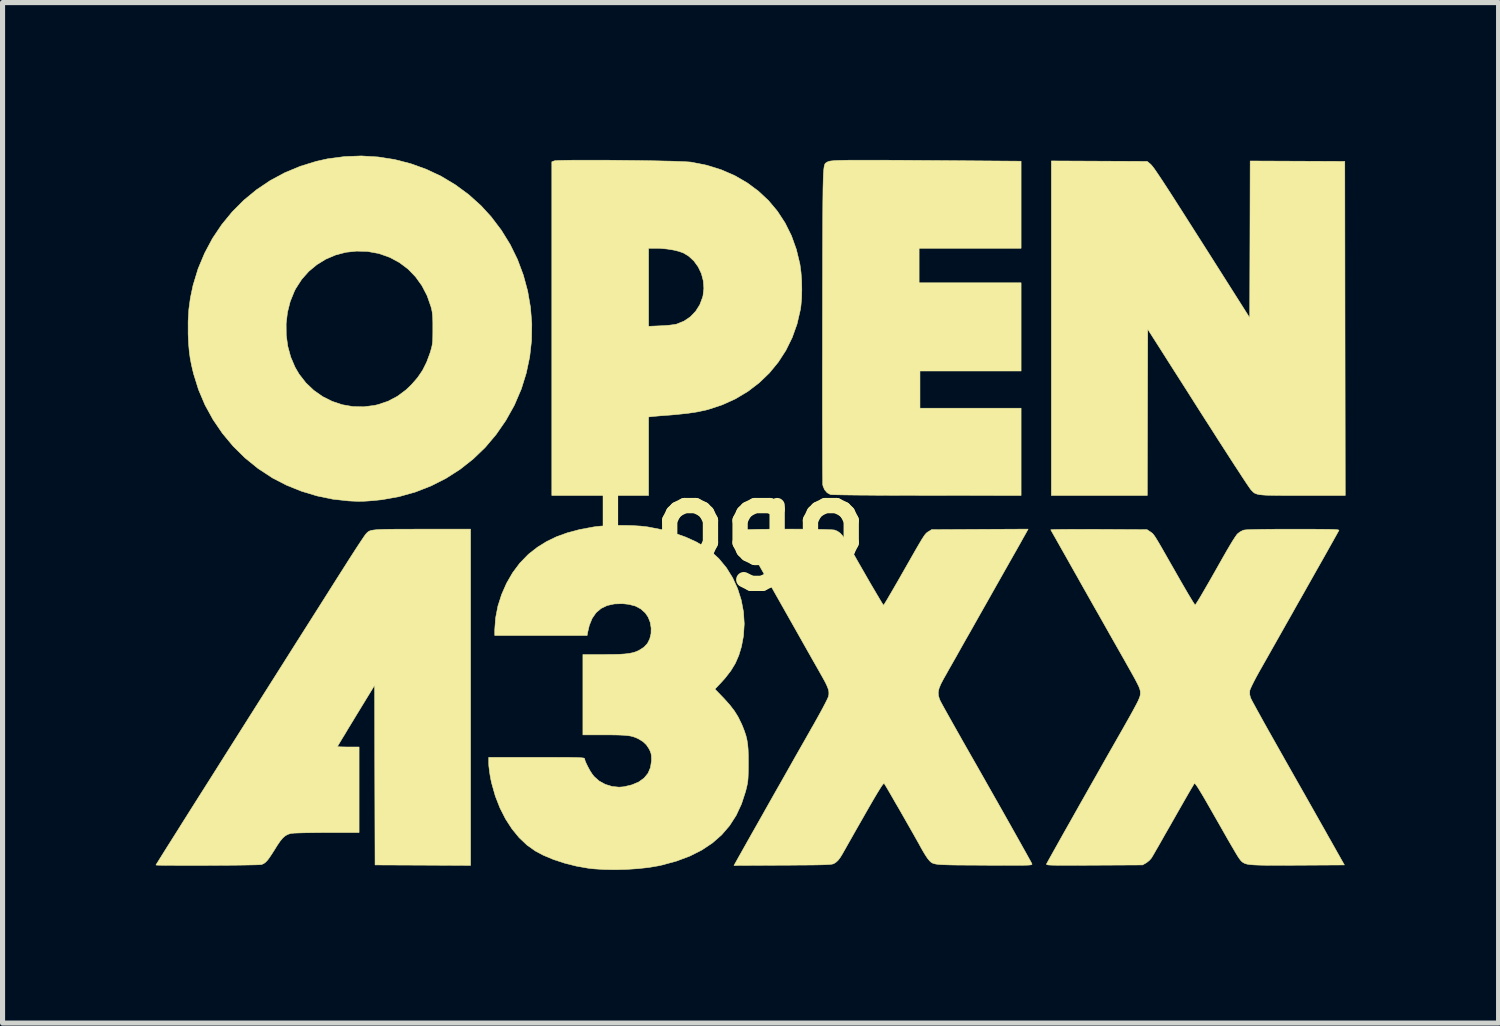
<source format=kicad_pcb>
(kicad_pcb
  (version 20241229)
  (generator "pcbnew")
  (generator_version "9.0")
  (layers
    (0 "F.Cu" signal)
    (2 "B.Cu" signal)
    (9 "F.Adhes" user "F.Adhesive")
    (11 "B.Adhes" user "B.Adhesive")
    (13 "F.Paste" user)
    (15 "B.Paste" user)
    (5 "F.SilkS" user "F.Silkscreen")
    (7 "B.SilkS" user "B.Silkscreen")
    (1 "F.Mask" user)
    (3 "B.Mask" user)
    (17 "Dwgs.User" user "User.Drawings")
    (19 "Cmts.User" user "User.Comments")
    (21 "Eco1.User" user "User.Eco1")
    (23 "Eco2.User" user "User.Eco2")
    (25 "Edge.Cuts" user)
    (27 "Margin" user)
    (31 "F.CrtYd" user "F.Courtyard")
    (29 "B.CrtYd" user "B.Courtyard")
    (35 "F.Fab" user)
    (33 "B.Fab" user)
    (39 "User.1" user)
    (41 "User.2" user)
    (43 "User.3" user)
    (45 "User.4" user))
  (footprint "Logo"
    (layer "F.Cu")
    (at 11.232 7.182)
    (property "Reference" "Logo" (at 0 0 0) (layer "F.SilkS") (effects (font (size 1.524 1.524) (thickness 0.3))))
    (attr through_hole)
    (fp_poly (pts (xy 8.193 -7.07) (xy 8.255 -7.019) (xy 8.267 -7.008) (xy 8.282 -6.991) (xy 8.301 -6.968) (xy 8.325 -6.937) (xy 8.354 -6.896) (xy 8.389 -6.845) (xy 8.432 -6.781) (xy 8.484 -6.703) (xy 8.544 -6.611) (xy 8.615 -6.502) (xy 8.697 -6.375) (xy 8.79 -6.229) (xy 8.897 -6.062) (xy 9.017 -5.873) (xy 9.152 -5.661) (xy 9.303 -5.424) (xy 9.47 -5.161) (xy 9.607 -4.945) (xy 10.202 -4.006) (xy 10.207 -5.542) (xy 10.211 -7.078) (xy 11.138 -7.074) (xy 12.065 -7.07) (xy 12.069 -3.797) (xy 12.074 -0.525) (xy 11.235 -0.525) (xy 11.037 -0.525) (xy 10.87 -0.525) (xy 10.732 -0.526) (xy 10.618 -0.528) (xy 10.526 -0.53) (xy 10.453 -0.535) (xy 10.396 -0.541) (xy 10.353 -0.55) (xy 10.319 -0.561) (xy 10.293 -0.574) (xy 10.271 -0.591) (xy 10.25 -0.612) (xy 10.227 -0.636) (xy 10.226 -0.637) (xy 10.209 -0.661) (xy 10.174 -0.711) (xy 10.124 -0.785) (xy 10.06 -0.882) (xy 9.984 -0.999) (xy 9.895 -1.135) (xy 9.797 -1.287) (xy 9.69 -1.453) (xy 9.575 -1.631) (xy 9.455 -1.82) (xy 9.329 -2.016) (xy 9.27 -2.108) (xy 9.142 -2.309) (xy 9.018 -2.505) (xy 8.899 -2.692) (xy 8.786 -2.869) (xy 8.681 -3.033) (xy 8.586 -3.183) (xy 8.501 -3.317) (xy 8.428 -3.431) (xy 8.369 -3.524) (xy 8.324 -3.594) (xy 8.296 -3.638) (xy 8.29 -3.648) (xy 8.204 -3.782) (xy 8.2 -2.154) (xy 8.196 -0.525) (xy 6.316 -0.525) (xy 6.316 -7.079) (xy 8.193 -7.07)) (stroke (width 0.01) (type solid)) (fill yes) (layer "F.SilkS"))
    (fp_poly (pts (xy 2.737 -7.094) (xy 2.917 -7.094) (xy 3.123 -7.093) (xy 3.356 -7.092) (xy 3.619 -7.09) (xy 3.913 -7.088) (xy 4.057 -7.087) (xy 5.723 -7.074) (xy 5.723 -5.368) (xy 3.725 -5.368) (xy 3.725 -4.691) (xy 5.723 -4.691) (xy 5.723 -2.963) (xy 3.742 -2.963) (xy 3.742 -2.235) (xy 5.723 -2.235) (xy 5.723 -0.525) (xy 3.882 -0.526) (xy 3.616 -0.527) (xy 3.363 -0.527) (xy 3.125 -0.528) (xy 2.904 -0.529) (xy 2.703 -0.531) (xy 2.522 -0.532) (xy 2.364 -0.534) (xy 2.231 -0.536) (xy 2.125 -0.538) (xy 2.047 -0.54) (xy 2 -0.542) (xy 1.987 -0.544) (xy 1.924 -0.578) (xy 1.873 -0.637) (xy 1.842 -0.711) (xy 1.838 -0.732) (xy 1.836 -0.757) (xy 1.836 -0.813) (xy 1.835 -0.9) (xy 1.834 -1.015) (xy 1.833 -1.158) (xy 1.833 -1.325) (xy 1.832 -1.516) (xy 1.832 -1.729) (xy 1.831 -1.962) (xy 1.831 -2.212) (xy 1.831 -2.48) (xy 1.831 -2.762) (xy 1.831 -3.057) (xy 1.832 -3.364) (xy 1.832 -3.68) (xy 1.832 -3.878) (xy 1.833 -4.26) (xy 1.833 -4.609) (xy 1.834 -4.928) (xy 1.834 -5.217) (xy 1.835 -5.478) (xy 1.836 -5.712) (xy 1.837 -5.922) (xy 1.838 -6.107) (xy 1.839 -6.271) (xy 1.841 -6.414) (xy 1.842 -6.537) (xy 1.845 -6.643) (xy 1.847 -6.732) (xy 1.85 -6.806) (xy 1.854 -6.867) (xy 1.858 -6.916) (xy 1.863 -6.955) (xy 1.868 -6.984) (xy 1.874 -7.005) (xy 1.881 -7.021) (xy 1.888 -7.032) (xy 1.897 -7.039) (xy 1.906 -7.045) (xy 1.915 -7.051) (xy 1.925 -7.056) (xy 1.937 -7.063) (xy 1.954 -7.069) (xy 1.976 -7.075) (xy 2.006 -7.079) (xy 2.045 -7.083) (xy 2.096 -7.087) (xy 2.159 -7.089) (xy 2.238 -7.091) (xy 2.333 -7.093) (xy 2.447 -7.094) (xy 2.581 -7.094) (xy 2.737 -7.094)) (stroke (width 0.01) (type solid)) (fill yes) (layer "F.SilkS"))
    (fp_poly (pts (xy -2.526 -7.094) (xy -2.344 -7.093) (xy -2.158 -7.091) (xy -1.969 -7.089) (xy -1.783 -7.087) (xy -1.601 -7.084) (xy -1.428 -7.081) (xy -1.266 -7.077) (xy -1.119 -7.074) (xy -0.99 -7.069) (xy -0.882 -7.065) (xy -0.798 -7.06) (xy -0.743 -7.056) (xy -0.733 -7.054) (xy -0.433 -6.994) (xy -0.151 -6.906) (xy 0.112 -6.792) (xy 0.354 -6.652) (xy 0.576 -6.488) (xy 0.775 -6.302) (xy 0.95 -6.093) (xy 1.1 -5.863) (xy 1.224 -5.614) (xy 1.32 -5.346) (xy 1.389 -5.061) (xy 1.391 -5.048) (xy 1.411 -4.898) (xy 1.424 -4.73) (xy 1.427 -4.556) (xy 1.423 -4.387) (xy 1.409 -4.233) (xy 1.399 -4.166) (xy 1.334 -3.885) (xy 1.239 -3.619) (xy 1.116 -3.369) (xy 0.966 -3.137) (xy 0.791 -2.924) (xy 0.592 -2.733) (xy 0.371 -2.564) (xy 0.129 -2.419) (xy -0.131 -2.301) (xy -0.41 -2.209) (xy -0.441 -2.201) (xy -0.608 -2.165) (xy -0.802 -2.135) (xy -1.026 -2.111) (xy -1.151 -2.1) (xy -1.248 -2.093) (xy -1.34 -2.086) (xy -1.419 -2.079) (xy -1.476 -2.074) (xy -1.486 -2.073) (xy -1.575 -2.063) (xy -1.575 -0.525) (xy -3.471 -0.525) (xy -3.471 -5.368) (xy -1.575 -5.368) (xy -1.575 -3.839) (xy -1.342 -3.849) (xy -1.248 -3.854) (xy -1.158 -3.862) (xy -1.082 -3.872) (xy -1.029 -3.881) (xy -1.024 -3.883) (xy -0.883 -3.94) (xy -0.758 -4.024) (xy -0.653 -4.133) (xy -0.571 -4.263) (xy -0.516 -4.41) (xy -0.509 -4.437) (xy -0.492 -4.583) (xy -0.503 -4.729) (xy -0.54 -4.871) (xy -0.603 -5.003) (xy -0.687 -5.119) (xy -0.79 -5.214) (xy -0.891 -5.275) (xy -0.979 -5.307) (xy -1.091 -5.334) (xy -1.217 -5.354) (xy -1.348 -5.366) (xy -1.425 -5.368) (xy -1.575 -5.368) (xy -3.471 -5.368) (xy -3.471 -7.062) (xy -3.425 -7.08) (xy -3.397 -7.084) (xy -3.339 -7.088) (xy -3.253 -7.09) (xy -3.143 -7.092) (xy -3.012 -7.094) (xy -2.863 -7.094) (xy -2.701 -7.094) (xy -2.526 -7.094)) (stroke (width 0.01) (type solid)) (fill yes) (layer "F.SilkS"))
    (fp_poly (pts (xy -5.063 6.723) (xy -5.999 6.718) (xy -6.934 6.714) (xy -6.939 4.954) (xy -6.943 3.194) (xy -7.307 3.79) (xy -7.385 3.919) (xy -7.458 4.038) (xy -7.522 4.146) (xy -7.578 4.237) (xy -7.622 4.311) (xy -7.653 4.363) (xy -7.669 4.391) (xy -7.671 4.395) (xy -7.655 4.398) (xy -7.612 4.4) (xy -7.547 4.402) (xy -7.468 4.403) (xy -7.459 4.403) (xy -7.247 4.403) (xy -7.247 6.079) (xy -7.878 6.079) (xy -8.041 6.08) (xy -8.189 6.082) (xy -8.32 6.084) (xy -8.428 6.087) (xy -8.512 6.09) (xy -8.567 6.095) (xy -8.585 6.097) (xy -8.642 6.115) (xy -8.693 6.143) (xy -8.742 6.186) (xy -8.793 6.247) (xy -8.851 6.332) (xy -8.891 6.397) (xy -8.955 6.498) (xy -9.006 6.574) (xy -9.047 6.628) (xy -9.084 6.665) (xy -9.118 6.689) (xy -9.154 6.704) (xy -9.16 6.706) (xy -9.185 6.708) (xy -9.24 6.711) (xy -9.321 6.713) (xy -9.423 6.715) (xy -9.545 6.717) (xy -9.681 6.719) (xy -9.829 6.72) (xy -9.986 6.721) (xy -10.146 6.722) (xy -10.308 6.723) (xy -10.468 6.723) (xy -10.621 6.723) (xy -10.764 6.723) (xy -10.895 6.722) (xy -11.009 6.722) (xy -11.102 6.72) (xy -11.172 6.719) (xy -11.215 6.717) (xy -11.227 6.714) (xy -11.218 6.699) (xy -11.191 6.656) (xy -11.147 6.585) (xy -11.087 6.489) (xy -11.01 6.366) (xy -10.917 6.219) (xy -10.809 6.048) (xy -10.687 5.853) (xy -10.55 5.636) (xy -10.399 5.397) (xy -10.234 5.137) (xy -10.057 4.857) (xy -9.868 4.557) (xy -9.666 4.238) (xy -9.453 3.901) (xy -9.229 3.547) (xy -8.994 3.176) (xy -8.749 2.789) (xy -8.495 2.387) (xy -8.231 1.971) (xy -7.959 1.542) (xy -7.679 1.099) (xy -7.556 0.906) (xy -7.472 0.773) (xy -7.391 0.647) (xy -7.317 0.532) (xy -7.251 0.431) (xy -7.195 0.347) (xy -7.152 0.283) (xy -7.124 0.243) (xy -7.114 0.231) (xy -7.096 0.211) (xy -7.078 0.194) (xy -7.059 0.18) (xy -7.034 0.168) (xy -7.002 0.159) (xy -6.96 0.152) (xy -6.905 0.146) (xy -6.834 0.142) (xy -6.745 0.139) (xy -6.634 0.137) (xy -6.5 0.136) (xy -6.339 0.136) (xy -6.148 0.135) (xy -5.063 0.135) (xy -5.063 6.723)) (stroke (width 0.01) (type solid)) (fill yes) (layer "F.SilkS"))
    (fp_poly (pts (xy -6.875 -7.157) (xy -6.552 -7.107) (xy -6.237 -7.026) (xy -5.931 -6.916) (xy -5.638 -6.778) (xy -5.36 -6.611) (xy -5.098 -6.418) (xy -4.855 -6.199) (xy -4.661 -5.987) (xy -4.46 -5.722) (xy -4.287 -5.442) (xy -4.143 -5.148) (xy -4.029 -4.843) (xy -3.944 -4.53) (xy -3.889 -4.21) (xy -3.863 -3.888) (xy -3.868 -3.564) (xy -3.904 -3.242) (xy -3.971 -2.924) (xy -4.068 -2.612) (xy -4.198 -2.309) (xy -4.206 -2.291) (xy -4.372 -1.994) (xy -4.563 -1.718) (xy -4.776 -1.466) (xy -5.012 -1.239) (xy -5.268 -1.037) (xy -5.543 -0.861) (xy -5.835 -0.713) (xy -6.142 -0.593) (xy -6.465 -0.502) (xy -6.799 -0.442) (xy -6.965 -0.425) (xy -7.078 -0.416) (xy -7.171 -0.411) (xy -7.257 -0.41) (xy -7.35 -0.413) (xy -7.451 -0.418) (xy -7.76 -0.452) (xy -8.07 -0.516) (xy -8.375 -0.608) (xy -8.668 -0.726) (xy -8.942 -0.867) (xy -8.951 -0.873) (xy -9.227 -1.054) (xy -9.482 -1.261) (xy -9.715 -1.491) (xy -9.925 -1.743) (xy -10.109 -2.013) (xy -10.266 -2.299) (xy -10.393 -2.599) (xy -10.49 -2.91) (xy -10.527 -3.066) (xy -10.555 -3.207) (xy -10.574 -3.347) (xy -10.587 -3.495) (xy -10.595 -3.663) (xy -10.596 -3.692) (xy -10.596 -3.891) (xy -8.676 -3.891) (xy -8.674 -3.668) (xy -8.644 -3.448) (xy -8.586 -3.236) (xy -8.501 -3.037) (xy -8.422 -2.902) (xy -8.289 -2.731) (xy -8.134 -2.584) (xy -7.962 -2.463) (xy -7.775 -2.369) (xy -7.577 -2.303) (xy -7.37 -2.267) (xy -7.159 -2.262) (xy -6.945 -2.289) (xy -6.876 -2.305) (xy -6.68 -2.371) (xy -6.498 -2.467) (xy -6.328 -2.593) (xy -6.221 -2.695) (xy -6.101 -2.833) (xy -6.003 -2.977) (xy -5.923 -3.137) (xy -5.855 -3.321) (xy -5.848 -3.344) (xy -5.831 -3.403) (xy -5.819 -3.453) (xy -5.81 -3.503) (xy -5.805 -3.56) (xy -5.803 -3.631) (xy -5.802 -3.725) (xy -5.802 -3.793) (xy -5.802 -3.908) (xy -5.804 -3.997) (xy -5.809 -4.067) (xy -5.816 -4.126) (xy -5.827 -4.18) (xy -5.839 -4.225) (xy -5.914 -4.439) (xy -6.015 -4.634) (xy -6.141 -4.809) (xy -6.288 -4.961) (xy -6.457 -5.088) (xy -6.644 -5.189) (xy -6.847 -5.261) (xy -6.868 -5.267) (xy -7.084 -5.306) (xy -7.298 -5.312) (xy -7.507 -5.289) (xy -7.708 -5.236) (xy -7.898 -5.155) (xy -8.074 -5.047) (xy -8.233 -4.915) (xy -8.372 -4.758) (xy -8.488 -4.578) (xy -8.513 -4.53) (xy -8.596 -4.326) (xy -8.65 -4.112) (xy -8.676 -3.891) (xy -10.596 -3.891) (xy -10.596 -3.943) (xy -10.582 -4.174) (xy -10.552 -4.395) (xy -10.505 -4.618) (xy -10.499 -4.645) (xy -10.401 -4.967) (xy -10.273 -5.272) (xy -10.119 -5.561) (xy -9.938 -5.831) (xy -9.733 -6.081) (xy -9.506 -6.309) (xy -9.257 -6.514) (xy -8.989 -6.694) (xy -8.703 -6.848) (xy -8.4 -6.974) (xy -8.083 -7.072) (xy -7.866 -7.12) (xy -7.534 -7.164) (xy -7.203 -7.177) (xy -6.875 -7.157)) (stroke (width 0.01) (type solid)) (fill yes) (layer "F.SilkS"))
    (fp_poly (pts (xy -1.883 0.066) (xy -1.734 0.075) (xy -1.609 0.089) (xy -1.592 0.091) (xy -1.326 0.143) (xy -1.077 0.21) (xy -0.847 0.291) (xy -0.64 0.385) (xy -0.46 0.49) (xy -0.365 0.559) (xy -0.197 0.714) (xy -0.05 0.892) (xy 0.072 1.089) (xy 0.169 1.3) (xy 0.24 1.524) (xy 0.284 1.755) (xy 0.299 1.99) (xy 0.284 2.226) (xy 0.245 2.435) (xy 0.192 2.609) (xy 0.124 2.765) (xy 0.036 2.91) (xy -0.077 3.055) (xy -0.148 3.134) (xy -0.275 3.269) (xy -0.099 3.451) (xy 0.015 3.578) (xy 0.106 3.696) (xy 0.181 3.817) (xy 0.245 3.948) (xy 0.266 3.996) (xy 0.303 4.092) (xy 0.332 4.179) (xy 0.352 4.262) (xy 0.366 4.349) (xy 0.375 4.448) (xy 0.379 4.566) (xy 0.38 4.71) (xy 0.38 4.724) (xy 0.379 4.843) (xy 0.377 4.935) (xy 0.374 5.008) (xy 0.369 5.068) (xy 0.361 5.122) (xy 0.349 5.178) (xy 0.333 5.243) (xy 0.325 5.275) (xy 0.245 5.52) (xy 0.141 5.743) (xy 0.011 5.945) (xy -0.144 6.125) (xy -0.325 6.284) (xy -0.532 6.422) (xy -0.766 6.54) (xy -1.027 6.638) (xy -1.315 6.716) (xy -1.383 6.731) (xy -1.57 6.763) (xy -1.78 6.786) (xy -2.003 6.801) (xy -2.23 6.807) (xy -2.45 6.803) (xy -2.653 6.79) (xy -2.75 6.779) (xy -2.985 6.738) (xy -3.216 6.68) (xy -3.436 6.608) (xy -3.637 6.524) (xy -3.793 6.441) (xy -3.957 6.325) (xy -4.111 6.179) (xy -4.252 6.007) (xy -4.378 5.812) (xy -4.487 5.597) (xy -4.578 5.365) (xy -4.647 5.121) (xy -4.665 5.042) (xy -4.682 4.949) (xy -4.695 4.855) (xy -4.705 4.773) (xy -4.707 4.718) (xy -4.707 4.606) (xy -3.768 4.606) (xy -3.565 4.606) (xy -3.393 4.606) (xy -3.25 4.607) (xy -3.133 4.607) (xy -3.04 4.609) (xy -2.968 4.61) (xy -2.914 4.613) (xy -2.875 4.616) (xy -2.85 4.619) (xy -2.836 4.624) (xy -2.829 4.629) (xy -2.828 4.634) (xy -2.819 4.672) (xy -2.795 4.729) (xy -2.761 4.797) (xy -2.722 4.868) (xy -2.681 4.932) (xy -2.644 4.98) (xy -2.544 5.069) (xy -2.424 5.135) (xy -2.291 5.176) (xy -2.152 5.19) (xy -2.058 5.182) (xy -1.9 5.144) (xy -1.768 5.088) (xy -1.663 5.012) (xy -1.586 4.918) (xy -1.538 4.805) (xy -1.518 4.676) (xy -1.518 4.657) (xy -1.519 4.584) (xy -1.527 4.531) (xy -1.544 4.483) (xy -1.566 4.439) (xy -1.62 4.358) (xy -1.687 4.296) (xy -1.777 4.241) (xy -1.778 4.241) (xy -1.826 4.219) (xy -1.874 4.202) (xy -1.928 4.188) (xy -1.992 4.179) (xy -2.072 4.172) (xy -2.171 4.168) (xy -2.295 4.166) (xy -2.434 4.166) (xy -2.862 4.166) (xy -2.862 2.591) (xy -2.448 2.591) (xy -2.284 2.59) (xy -2.149 2.587) (xy -2.039 2.58) (xy -1.949 2.569) (xy -1.874 2.553) (xy -1.81 2.532) (xy -1.752 2.503) (xy -1.695 2.467) (xy -1.663 2.444) (xy -1.597 2.374) (xy -1.552 2.284) (xy -1.527 2.181) (xy -1.525 2.071) (xy -1.543 1.961) (xy -1.584 1.858) (xy -1.641 1.775) (xy -1.729 1.697) (xy -1.835 1.641) (xy -1.963 1.608) (xy -2.084 1.595) (xy -2.246 1.6) (xy -2.386 1.631) (xy -2.505 1.688) (xy -2.603 1.771) (xy -2.68 1.882) (xy -2.736 2.019) (xy -2.768 2.155) (xy -2.779 2.218) (xy -4.589 2.218) (xy -4.589 2.104) (xy -4.572 1.874) (xy -4.527 1.642) (xy -4.454 1.414) (xy -4.357 1.194) (xy -4.238 0.988) (xy -4.099 0.802) (xy -3.942 0.64) (xy -3.919 0.619) (xy -3.751 0.488) (xy -3.572 0.377) (xy -3.378 0.283) (xy -3.164 0.206) (xy -2.927 0.143) (xy -2.663 0.094) (xy -2.642 0.09) (xy -2.518 0.076) (xy -2.371 0.067) (xy -2.21 0.062) (xy -2.044 0.061) (xy -1.883 0.066)) (stroke (width 0.01) (type solid)) (fill yes) (layer "F.SilkS"))
    (fp_poly (pts (xy 1.268 0.134) (xy 1.418 0.135) (xy 1.561 0.136) (xy 1.694 0.138) (xy 1.813 0.14) (xy 1.914 0.143) (xy 1.994 0.146) (xy 2.048 0.15) (xy 2.071 0.153) (xy 2.124 0.175) (xy 2.174 0.209) (xy 2.223 0.261) (xy 2.276 0.334) (xy 2.337 0.434) (xy 2.361 0.477) (xy 2.421 0.584) (xy 2.486 0.701) (xy 2.556 0.824) (xy 2.628 0.949) (xy 2.699 1.073) (xy 2.768 1.193) (xy 2.834 1.305) (xy 2.893 1.405) (xy 2.944 1.491) (xy 2.984 1.558) (xy 3.013 1.604) (xy 3.027 1.625) (xy 3.028 1.626) (xy 3.039 1.611) (xy 3.064 1.571) (xy 3.103 1.507) (xy 3.152 1.422) (xy 3.212 1.32) (xy 3.279 1.204) (xy 3.352 1.077) (xy 3.394 1.003) (xy 3.491 0.833) (xy 3.573 0.689) (xy 3.641 0.57) (xy 3.697 0.473) (xy 3.743 0.395) (xy 3.779 0.334) (xy 3.809 0.288) (xy 3.832 0.254) (xy 3.851 0.23) (xy 3.867 0.213) (xy 3.882 0.2) (xy 3.898 0.189) (xy 3.909 0.183) (xy 3.971 0.144) (xy 4.916 0.139) (xy 5.861 0.134) (xy 5.84 0.173) (xy 5.829 0.193) (xy 5.802 0.241) (xy 5.761 0.313) (xy 5.708 0.409) (xy 5.642 0.526) (xy 5.565 0.661) (xy 5.479 0.813) (xy 5.385 0.979) (xy 5.284 1.158) (xy 5.177 1.347) (xy 5.066 1.544) (xy 5.058 1.558) (xy 4.944 1.759) (xy 4.834 1.954) (xy 4.728 2.142) (xy 4.627 2.319) (xy 4.534 2.484) (xy 4.45 2.634) (xy 4.375 2.766) (xy 4.311 2.878) (xy 4.261 2.968) (xy 4.224 3.033) (xy 4.203 3.07) (xy 4.149 3.173) (xy 4.115 3.258) (xy 4.1 3.33) (xy 4.104 3.396) (xy 4.124 3.464) (xy 4.136 3.491) (xy 4.152 3.523) (xy 4.183 3.581) (xy 4.228 3.662) (xy 4.285 3.764) (xy 4.351 3.882) (xy 4.425 4.014) (xy 4.506 4.157) (xy 4.591 4.308) (xy 4.626 4.369) (xy 4.743 4.575) (xy 4.862 4.783) (xy 4.98 4.991) (xy 5.096 5.196) (xy 5.21 5.397) (xy 5.32 5.591) (xy 5.425 5.777) (xy 5.523 5.951) (xy 5.614 6.113) (xy 5.696 6.259) (xy 5.768 6.388) (xy 5.829 6.497) (xy 5.877 6.584) (xy 5.912 6.647) (xy 5.932 6.685) (xy 5.936 6.694) (xy 5.937 6.7) (xy 5.934 6.706) (xy 5.924 6.71) (xy 5.903 6.714) (xy 5.871 6.717) (xy 5.823 6.719) (xy 5.758 6.72) (xy 5.673 6.721) (xy 5.565 6.721) (xy 5.432 6.721) (xy 5.272 6.72) (xy 5.081 6.72) (xy 5.002 6.719) (xy 4.793 6.718) (xy 4.616 6.717) (xy 4.467 6.716) (xy 4.344 6.714) (xy 4.244 6.711) (xy 4.163 6.708) (xy 4.1 6.703) (xy 4.051 6.696) (xy 4.014 6.687) (xy 3.986 6.677) (xy 3.964 6.664) (xy 3.945 6.648) (xy 3.927 6.629) (xy 3.91 6.61) (xy 3.884 6.576) (xy 3.847 6.52) (xy 3.805 6.45) (xy 3.767 6.384) (xy 3.723 6.303) (xy 3.668 6.206) (xy 3.607 6.097) (xy 3.54 5.98) (xy 3.47 5.857) (xy 3.399 5.732) (xy 3.329 5.61) (xy 3.261 5.494) (xy 3.2 5.387) (xy 3.145 5.292) (xy 3.1 5.215) (xy 3.066 5.158) (xy 3.045 5.125) (xy 3.041 5.118) (xy 3.032 5.119) (xy 3.015 5.136) (xy 2.99 5.17) (xy 2.955 5.225) (xy 2.908 5.301) (xy 2.849 5.4) (xy 2.776 5.525) (xy 2.689 5.677) (xy 2.612 5.812) (xy 2.536 5.945) (xy 2.464 6.071) (xy 2.4 6.185) (xy 2.344 6.283) (xy 2.3 6.361) (xy 2.27 6.415) (xy 2.268 6.418) (xy 2.216 6.509) (xy 2.174 6.576) (xy 2.137 6.624) (xy 2.1 6.658) (xy 2.061 6.684) (xy 2.057 6.686) (xy 2.044 6.692) (xy 2.024 6.697) (xy 1.996 6.702) (xy 1.958 6.705) (xy 1.905 6.708) (xy 1.836 6.711) (xy 1.748 6.713) (xy 1.638 6.715) (xy 1.503 6.716) (xy 1.341 6.717) (xy 1.15 6.719) (xy 1.052 6.719) (xy 0.098 6.724) (xy 0.162 6.609) (xy 0.19 6.559) (xy 0.233 6.483) (xy 0.289 6.383) (xy 0.357 6.262) (xy 0.435 6.123) (xy 0.522 5.97) (xy 0.616 5.804) (xy 0.714 5.63) (xy 0.816 5.449) (xy 0.92 5.265) (xy 1.025 5.081) (xy 1.128 4.899) (xy 1.227 4.723) (xy 1.322 4.555) (xy 1.411 4.399) (xy 1.492 4.257) (xy 1.563 4.132) (xy 1.622 4.027) (xy 1.662 3.958) (xy 1.728 3.84) (xy 1.79 3.728) (xy 1.845 3.626) (xy 1.89 3.539) (xy 1.924 3.471) (xy 1.944 3.426) (xy 1.949 3.414) (xy 1.957 3.369) (xy 1.957 3.324) (xy 1.947 3.274) (xy 1.924 3.214) (xy 1.889 3.139) (xy 1.837 3.044) (xy 1.801 2.98) (xy 1.726 2.847) (xy 1.642 2.7) (xy 1.551 2.539) (xy 1.455 2.369) (xy 1.354 2.19) (xy 1.25 2.006) (xy 1.144 1.819) (xy 1.038 1.631) (xy 0.932 1.444) (xy 0.829 1.261) (xy 0.729 1.085) (xy 0.634 0.917) (xy 0.546 0.759) (xy 0.464 0.615) (xy 0.392 0.486) (xy 0.33 0.375) (xy 0.279 0.284) (xy 0.24 0.216) (xy 0.216 0.173) (xy 0.208 0.157) (xy 0.222 0.152) (xy 0.267 0.148) (xy 0.338 0.145) (xy 0.432 0.142) (xy 0.545 0.139) (xy 0.674 0.137) (xy 0.814 0.136) (xy 0.962 0.135) (xy 1.115 0.134) (xy 1.268 0.134)) (stroke (width 0.01) (type solid)) (fill yes) (layer "F.SilkS"))
    (fp_poly (pts (xy 11.257 0.136) (xy 11.427 0.136) (xy 11.568 0.137) (xy 11.682 0.138) (xy 11.773 0.139) (xy 11.842 0.141) (xy 11.892 0.144) (xy 11.924 0.147) (xy 11.943 0.152) (xy 11.95 0.156) (xy 11.95 0.159) (xy 11.94 0.177) (xy 11.915 0.222) (xy 11.876 0.292) (xy 11.824 0.385) (xy 11.76 0.499) (xy 11.686 0.631) (xy 11.602 0.78) (xy 11.51 0.942) (xy 11.412 1.116) (xy 11.308 1.3) (xy 11.243 1.416) (xy 11.131 1.612) (xy 11.022 1.807) (xy 10.915 1.995) (xy 10.813 2.176) (xy 10.717 2.346) (xy 10.629 2.501) (xy 10.551 2.64) (xy 10.483 2.759) (xy 10.429 2.855) (xy 10.389 2.925) (xy 10.379 2.943) (xy 10.327 3.038) (xy 10.281 3.126) (xy 10.243 3.203) (xy 10.216 3.262) (xy 10.203 3.298) (xy 10.203 3.3) (xy 10.202 3.373) (xy 10.216 3.433) (xy 10.228 3.459) (xy 10.255 3.512) (xy 10.297 3.589) (xy 10.351 3.688) (xy 10.417 3.807) (xy 10.492 3.943) (xy 10.576 4.093) (xy 10.668 4.256) (xy 10.765 4.428) (xy 10.867 4.608) (xy 10.867 4.609) (xy 10.977 4.803) (xy 11.089 5.001) (xy 11.201 5.198) (xy 11.311 5.392) (xy 11.416 5.578) (xy 11.514 5.751) (xy 11.603 5.909) (xy 11.682 6.048) (xy 11.746 6.163) (xy 11.776 6.215) (xy 12.057 6.714) (xy 11.214 6.719) (xy 10.997 6.72) (xy 10.811 6.721) (xy 10.653 6.721) (xy 10.521 6.72) (xy 10.412 6.718) (xy 10.324 6.715) (xy 10.254 6.711) (xy 10.199 6.706) (xy 10.156 6.699) (xy 10.123 6.69) (xy 10.097 6.68) (xy 10.076 6.668) (xy 10.072 6.666) (xy 10.058 6.656) (xy 10.044 6.644) (xy 10.029 6.629) (xy 10.012 6.607) (xy 9.99 6.577) (xy 9.964 6.537) (xy 9.931 6.483) (xy 9.89 6.413) (xy 9.839 6.326) (xy 9.777 6.219) (xy 9.703 6.089) (xy 9.615 5.934) (xy 9.516 5.761) (xy 9.423 5.598) (xy 9.345 5.462) (xy 9.281 5.352) (xy 9.229 5.266) (xy 9.189 5.201) (xy 9.159 5.156) (xy 9.138 5.129) (xy 9.124 5.117) (xy 9.118 5.118) (xy 9.106 5.136) (xy 9.079 5.182) (xy 9.038 5.25) (xy 8.986 5.34) (xy 8.925 5.446) (xy 8.856 5.567) (xy 8.78 5.7) (xy 8.704 5.834) (xy 8.623 5.976) (xy 8.546 6.11) (xy 8.476 6.234) (xy 8.413 6.345) (xy 8.359 6.438) (xy 8.317 6.511) (xy 8.288 6.56) (xy 8.274 6.582) (xy 8.236 6.625) (xy 8.185 6.666) (xy 8.171 6.675) (xy 8.103 6.714) (xy 7.156 6.719) (xy 6.953 6.72) (xy 6.782 6.721) (xy 6.638 6.721) (xy 6.522 6.721) (xy 6.428 6.72) (xy 6.356 6.719) (xy 6.302 6.717) (xy 6.265 6.715) (xy 6.24 6.711) (xy 6.226 6.707) (xy 6.221 6.702) (xy 6.221 6.696) (xy 6.221 6.695) (xy 6.232 6.675) (xy 6.258 6.627) (xy 6.298 6.555) (xy 6.351 6.46) (xy 6.416 6.344) (xy 6.491 6.21) (xy 6.575 6.06) (xy 6.668 5.896) (xy 6.767 5.72) (xy 6.871 5.535) (xy 6.98 5.343) (xy 7.091 5.146) (xy 7.205 4.946) (xy 7.318 4.745) (xy 7.431 4.546) (xy 7.542 4.352) (xy 7.6 4.25) (xy 7.7 4.075) (xy 7.784 3.926) (xy 7.854 3.802) (xy 7.911 3.699) (xy 7.956 3.615) (xy 7.992 3.548) (xy 8.018 3.495) (xy 8.036 3.453) (xy 8.049 3.419) (xy 8.056 3.392) (xy 8.059 3.369) (xy 8.06 3.347) (xy 8.06 3.344) (xy 8.059 3.322) (xy 8.057 3.301) (xy 8.051 3.277) (xy 8.041 3.247) (xy 8.026 3.21) (xy 8.002 3.162) (xy 7.971 3.101) (xy 7.929 3.024) (xy 7.876 2.929) (xy 7.81 2.812) (xy 7.731 2.671) (xy 7.637 2.506) (xy 7.556 2.363) (xy 7.461 2.196) (xy 7.357 2.011) (xy 7.246 1.815) (xy 7.131 1.613) (xy 7.017 1.411) (xy 6.906 1.215) (xy 6.803 1.031) (xy 6.794 1.016) (xy 6.706 0.86) (xy 6.623 0.712) (xy 6.546 0.576) (xy 6.477 0.454) (xy 6.418 0.349) (xy 6.369 0.263) (xy 6.333 0.199) (xy 6.311 0.16) (xy 6.304 0.148) (xy 6.319 0.145) (xy 6.365 0.143) (xy 6.439 0.141) (xy 6.537 0.14) (xy 6.658 0.139) (xy 6.797 0.138) (xy 6.952 0.138) (xy 7.12 0.139) (xy 7.243 0.139) (xy 8.19 0.144) (xy 8.256 0.188) (xy 8.271 0.198) (xy 8.285 0.208) (xy 8.298 0.22) (xy 8.313 0.236) (xy 8.331 0.26) (xy 8.353 0.292) (xy 8.381 0.337) (xy 8.416 0.395) (xy 8.46 0.47) (xy 8.514 0.564) (xy 8.579 0.678) (xy 8.658 0.817) (xy 8.752 0.981) (xy 8.798 1.062) (xy 8.87 1.188) (xy 8.937 1.303) (xy 8.997 1.406) (xy 9.049 1.492) (xy 9.089 1.558) (xy 9.118 1.602) (xy 9.132 1.62) (xy 9.133 1.621) (xy 9.146 1.604) (xy 9.175 1.56) (xy 9.219 1.489) (xy 9.275 1.394) (xy 9.344 1.275) (xy 9.425 1.135) (xy 9.516 0.975) (xy 9.616 0.798) (xy 9.689 0.669) (xy 9.752 0.559) (xy 9.812 0.457) (xy 9.866 0.368) (xy 9.912 0.296) (xy 9.947 0.246) (xy 9.964 0.226) (xy 10.015 0.187) (xy 10.072 0.158) (xy 10.086 0.154) (xy 10.121 0.149) (xy 10.188 0.145) (xy 10.288 0.142) (xy 10.42 0.139) (xy 10.583 0.137) (xy 10.775 0.136) (xy 10.998 0.136) (xy 11.055 0.136) (xy 11.257 0.136)) (stroke (width 0.01) (type solid)) (fill yes) (layer "F.SilkS")))
  (gr_rect
    (start -3 -3)
    (end 26.31 16.994)
    (stroke (width 0.1) (type default))
    (fill no)
    (layer "Edge.Cuts")))
</source>
